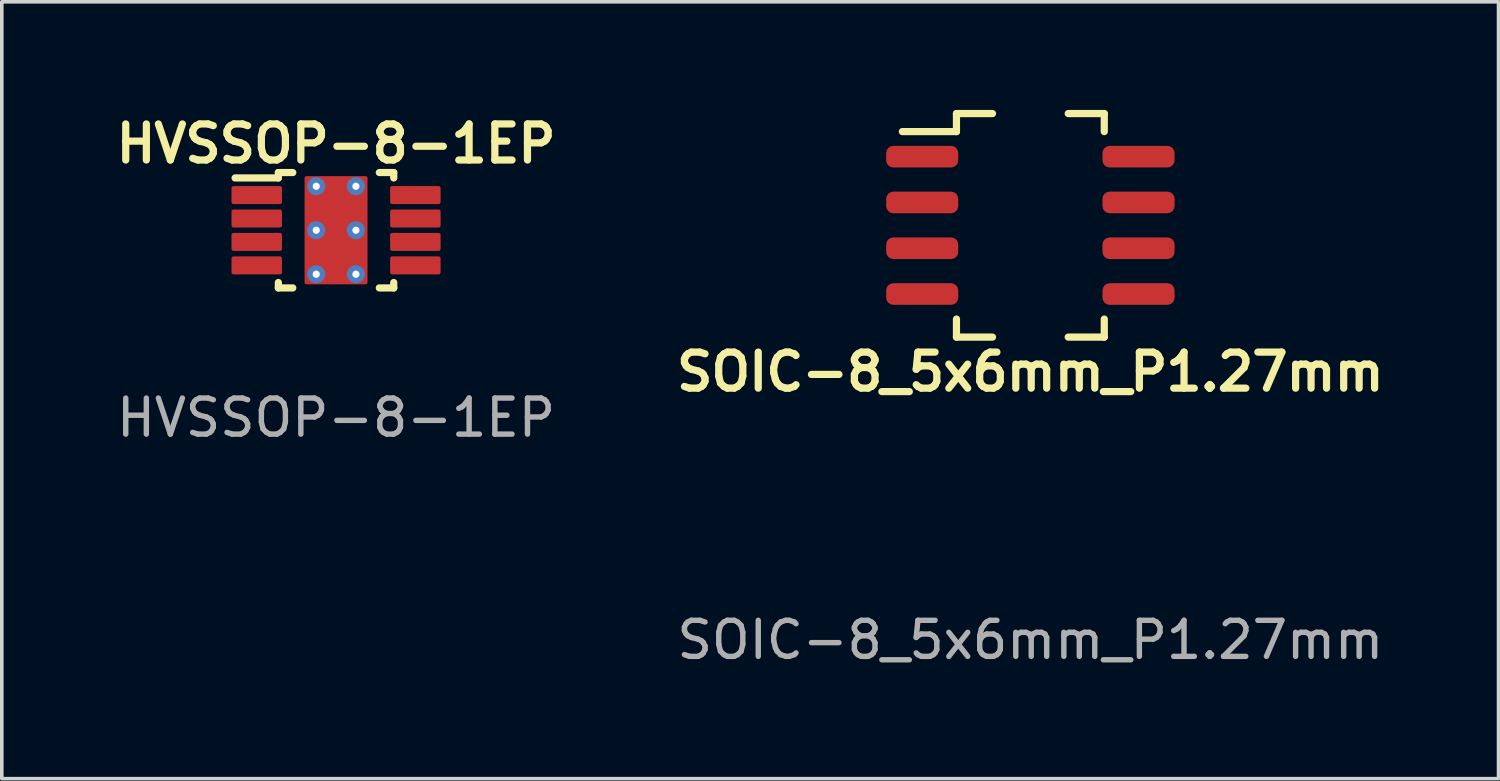
<source format=kicad_pcb>
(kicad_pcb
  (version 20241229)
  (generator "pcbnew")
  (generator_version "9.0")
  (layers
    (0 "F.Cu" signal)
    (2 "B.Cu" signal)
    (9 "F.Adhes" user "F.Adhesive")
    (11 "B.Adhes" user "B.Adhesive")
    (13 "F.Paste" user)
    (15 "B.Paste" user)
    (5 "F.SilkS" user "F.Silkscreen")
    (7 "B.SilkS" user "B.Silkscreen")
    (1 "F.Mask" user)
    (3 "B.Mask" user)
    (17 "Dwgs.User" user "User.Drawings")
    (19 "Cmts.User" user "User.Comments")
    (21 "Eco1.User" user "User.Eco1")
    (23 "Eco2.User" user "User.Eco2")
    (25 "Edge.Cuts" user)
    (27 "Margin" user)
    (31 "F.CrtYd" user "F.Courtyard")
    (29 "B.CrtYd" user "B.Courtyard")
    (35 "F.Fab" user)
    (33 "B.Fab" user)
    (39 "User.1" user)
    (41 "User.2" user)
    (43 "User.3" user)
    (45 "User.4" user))
  (footprint "SOIC-8_5x6mm_P1.27mm"
    (layer "F.Cu")
    (at 25.529 3.2)
    (property "Reference" "SOIC-8_5x6mm_P1.27mm" (at 0 4.064 0) (unlocked yes) (layer "F.SilkS") (effects (font (size 1 1) (thickness 0.2) (bold yes))))
    (attr smd)
    (fp_line (start -2.05 -2.6) (end -3.55 -2.6) (stroke (width 0.2) (type default)) (layer "F.SilkS"))
    (fp_line (start -2.05 -2.6) (end -2.05 -3.1) (stroke (width 0.2) (type default)) (layer "F.SilkS"))
    (fp_line (start -2.05 2.6) (end -2.05 3.1) (stroke (width 0.2) (type default)) (layer "F.SilkS"))
    (fp_line (start -1.05 -3.1) (end -2.05 -3.1) (stroke (width 0.2) (type default)) (layer "F.SilkS"))
    (fp_line (start -1.05 3.1) (end -2.05 3.1) (stroke (width 0.2) (type default)) (layer "F.SilkS"))
    (fp_line (start 1.05 -3.1) (end 2.05 -3.1) (stroke (width 0.2) (type default)) (layer "F.SilkS"))
    (fp_line (start 1.05 3.1) (end 2.05 3.1) (stroke (width 0.2) (type default)) (layer "F.SilkS"))
    (fp_line (start 2.05 -2.6) (end 2.05 -3.1) (stroke (width 0.2) (type default)) (layer "F.SilkS"))
    (fp_line (start 2.05 2.6) (end 2.05 3.1) (stroke (width 0.2) (type default)) (layer "F.SilkS"))
    (fp_rect (start -1.85 -2.9) (end 1.85 2.9) (stroke (width 0.2) (type default)) (fill no) (layer "User.1"))
    (fp_text user "${REFERENCE}" (at 0 11.5 0) (unlocked yes) (layer "F.Fab") (effects (font (size 1 1) (thickness 0.15))))
    (pad "1" smd roundrect (at -3 -1.905 90) (size 0.6 2) (layers "F.Cu" "F.Mask" "F.Paste") (roundrect_rratio 0.333))
    (pad "2" smd roundrect (at -3 -0.635 90) (size 0.6 2) (layers "F.Cu" "F.Mask" "F.Paste") (roundrect_rratio 0.333))
    (pad "3" smd roundrect (at -3 0.635 90) (size 0.6 2) (layers "F.Cu" "F.Mask" "F.Paste") (roundrect_rratio 0.333))
    (pad "4" smd roundrect (at -3 1.905 90) (size 0.6 2) (layers "F.Cu" "F.Mask" "F.Paste") (roundrect_rratio 0.333))
    (pad "5" smd roundrect (at 3 1.905 90) (size 0.6 2) (layers "F.Cu" "F.Mask" "F.Paste") (roundrect_rratio 0.333))
    (pad "6" smd roundrect (at 3 0.635 90) (size 0.6 2) (layers "F.Cu" "F.Mask" "F.Paste") (roundrect_rratio 0.333))
    (pad "7" smd roundrect (at 3 -0.635 90) (size 0.6 2) (layers "F.Cu" "F.Mask" "F.Paste") (roundrect_rratio 0.333))
    (pad "8" smd roundrect (at 3 -1.905 90) (size 0.6 2) (layers "F.Cu" "F.Mask" "F.Paste") (roundrect_rratio 0.333)))
  (footprint "HVSSOP-8-1EP"
    (layer "F.Cu")
    (at 6.271 3.336)
    (property "Reference" "HVSSOP-8-1EP" (at 0 -2.4 0) (unlocked yes) (layer "F.SilkS") (effects (font (size 1 1) (thickness 0.2) (bold yes))))
    (attr smd)
    (fp_line (start -1.6 -1.6) (end -1.6 -1.45) (stroke (width 0.2) (type default)) (layer "F.SilkS"))
    (fp_line (start -1.6 -1.6) (end -1.2 -1.6) (stroke (width 0.2) (type default)) (layer "F.SilkS"))
    (fp_line (start -1.6 -1.45) (end -2.8 -1.45) (stroke (width 0.2) (type default)) (layer "F.SilkS"))
    (fp_line (start -1.6 1.6) (end -1.6 1.45) (stroke (width 0.2) (type default)) (layer "F.SilkS"))
    (fp_line (start -1.6 1.6) (end -1.2 1.6) (stroke (width 0.2) (type default)) (layer "F.SilkS"))
    (fp_line (start 1.2 -1.6) (end 1.6 -1.6) (stroke (width 0.2) (type default)) (layer "F.SilkS"))
    (fp_line (start 1.2 1.6) (end 1.6 1.6) (stroke (width 0.2) (type default)) (layer "F.SilkS"))
    (fp_line (start 1.6 -1.6) (end 1.6 -1.45) (stroke (width 0.2) (type default)) (layer "F.SilkS"))
    (fp_line (start 1.6 1.6) (end 1.6 1.45) (stroke (width 0.2) (type default)) (layer "F.SilkS"))
    (fp_text user "${REFERENCE}" (at 0 5.2 0) (unlocked yes) (layer "F.Fab") (effects (font (size 1 1) (thickness 0.15))))
    (pad "1" smd roundrect (at -2.2 -0.975) (size 1.4 0.5) (layers "F.Cu" "F.Mask" "F.Paste") (roundrect_rratio 0.111))
    (pad "2" smd roundrect (at -2.2 -0.325) (size 1.4 0.5) (layers "F.Cu" "F.Mask" "F.Paste") (roundrect_rratio 0.111))
    (pad "3" smd roundrect (at -2.2 0.325) (size 1.4 0.5) (layers "F.Cu" "F.Mask" "F.Paste") (roundrect_rratio 0.111))
    (pad "4" smd roundrect (at -2.2 0.975) (size 1.4 0.5) (layers "F.Cu" "F.Mask" "F.Paste") (roundrect_rratio 0.111))
    (pad "5" smd roundrect (at 2.2 0.975) (size 1.4 0.5) (layers "F.Cu" "F.Mask" "F.Paste") (roundrect_rratio 0.111))
    (pad "6" smd roundrect (at 2.2 0.325) (size 1.4 0.5) (layers "F.Cu" "F.Mask" "F.Paste") (roundrect_rratio 0.111))
    (pad "7" smd roundrect (at 2.2 -0.325) (size 1.4 0.5) (layers "F.Cu" "F.Mask" "F.Paste") (roundrect_rratio 0.111))
    (pad "8" smd roundrect (at 2.2 -0.975) (size 1.4 0.5) (layers "F.Cu" "F.Mask" "F.Paste") (roundrect_rratio 0.111))
    (pad "9" thru_hole circle (at -0.55 -1.22) (size 0.5 0.5) (drill 0.2) (layers "*.Cu" "F.Mask"))
    (pad "9" thru_hole circle (at -0.55 0) (size 0.5 0.5) (drill 0.2) (layers "*.Cu" "F.Mask"))
    (pad "9" thru_hole circle (at -0.55 1.22) (size 0.5 0.5) (drill 0.2) (layers "*.Cu" "F.Mask"))
    (pad "9" smd roundrect (at 0 0) (size 1.746 3) (layers "F.Cu" "F.Mask" "F.Paste") (roundrect_rratio 0.029))
    (pad "9" thru_hole circle (at 0.55 -1.22) (size 0.5 0.5) (drill 0.2) (layers "*.Cu" "F.Mask"))
    (pad "9" thru_hole circle (at 0.55 0) (size 0.5 0.5) (drill 0.2) (layers "*.Cu" "F.Mask"))
    (pad "9" thru_hole circle (at 0.55 1.22) (size 0.5 0.5) (drill 0.2) (layers "*.Cu" "F.Mask")))
  (gr_rect
    (start -3 -3)
    (end 38.514 18.548)
    (stroke (width 0.1) (type default))
    (fill no)
    (layer "Edge.Cuts")))
</source>
